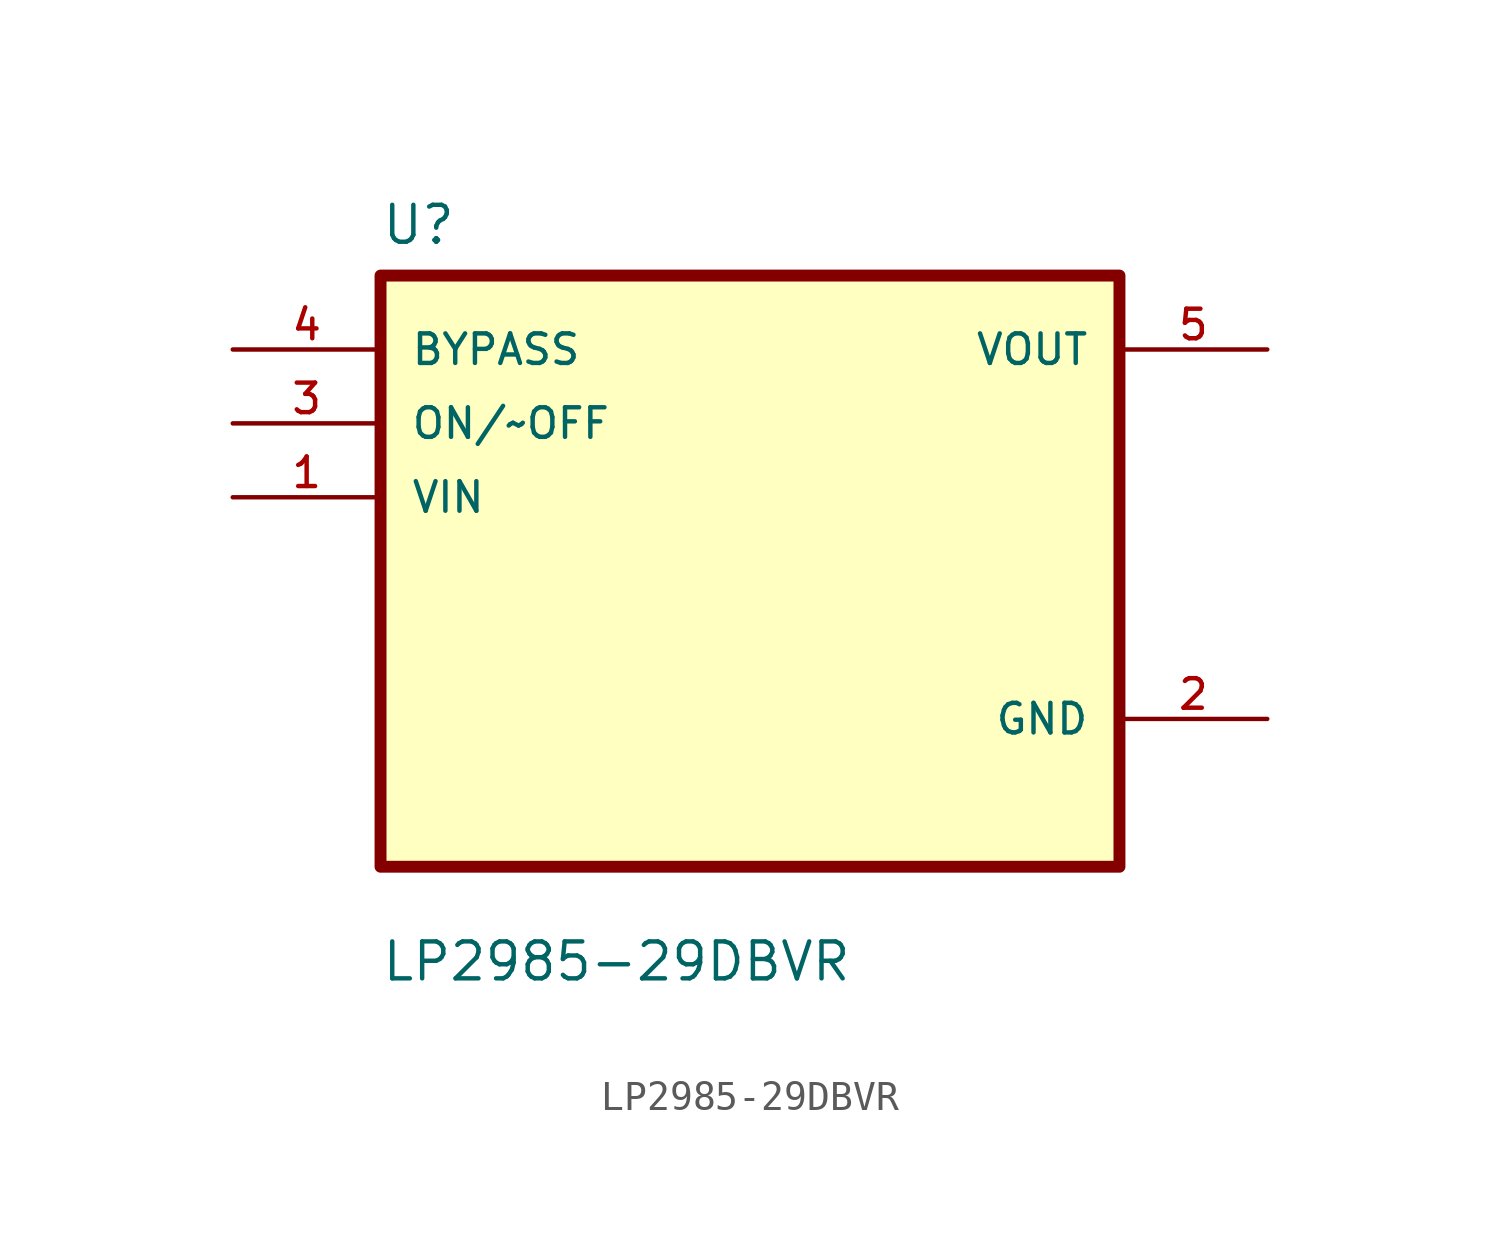
<source format=kicad_sym>
(kicad_symbol_lib
  (version 20211014)
  (generator kicad_symbol_editor)
  (symbol "LP2985-29DBVR"
    (pin_names
      (offset 1.016))
    (property "Reference" "U"
      (at -12.7 11.16 0.0)
      (effects (font (size 1.27 1.27)) (justify bottom left)))
    (property "Value" "LP2985-29DBVR"
      (at -12.7 -14.16 0.0)
      (effects (font (size 1.27 1.27)) (justify bottom left)))
    (symbol "LP2985-29DBVR_0_0"
      (rectangle (start -12.7 -10.16) (end 12.7 10.16) (stroke (width 0.41)) (fill (type background)))
      (pin input line (at -17.78 7.62 0) (length 5.08) (name "BYPASS" (effects (font (size 1.016 1.016)))) (number "4" (effects (font (size 1.016 1.016)))))
      (pin input line (at -17.78 5.08 0) (length 5.08) (name "ON/~OFF" (effects (font (size 1.016 1.016)))) (number "3" (effects (font (size 1.016 1.016)))))
      (pin input line (at -17.78 2.54 0) (length 5.08) (name "VIN" (effects (font (size 1.016 1.016)))) (number "1" (effects (font (size 1.016 1.016)))))
      (pin output line (at 17.78 7.62 180.0) (length 5.08) (name "VOUT" (effects (font (size 1.016 1.016)))) (number "5" (effects (font (size 1.016 1.016)))))
      (pin power_in line (at 17.78 -5.08 180.0) (length 5.08) (name "GND" (effects (font (size 1.016 1.016)))) (number "2" (effects (font (size 1.016 1.016))))))))
</source>
